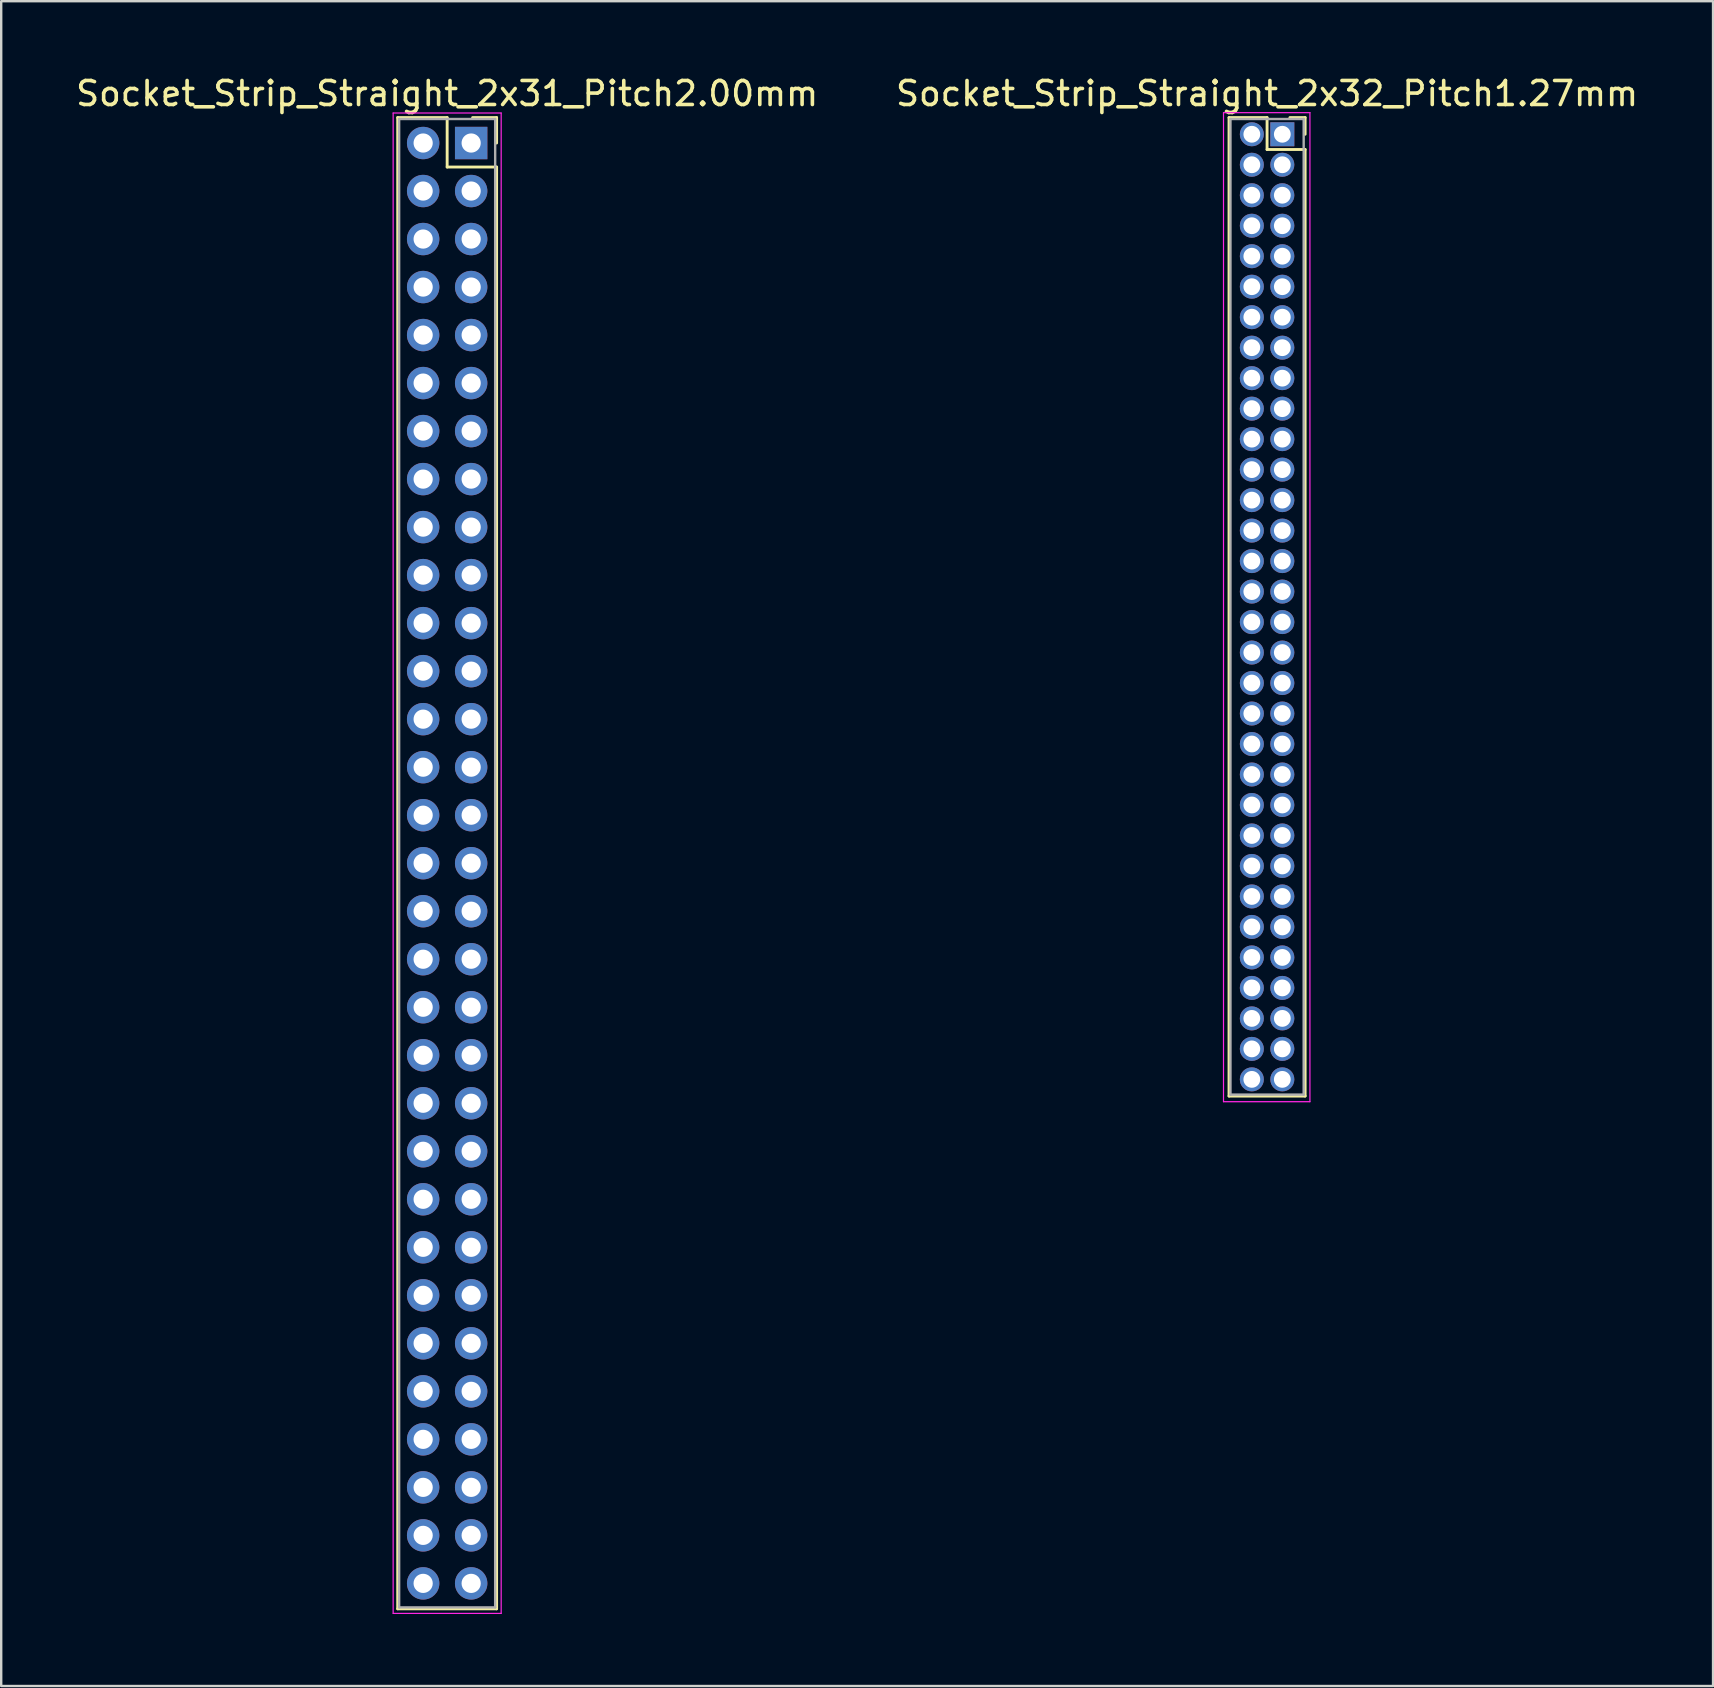
<source format=kicad_pcb>
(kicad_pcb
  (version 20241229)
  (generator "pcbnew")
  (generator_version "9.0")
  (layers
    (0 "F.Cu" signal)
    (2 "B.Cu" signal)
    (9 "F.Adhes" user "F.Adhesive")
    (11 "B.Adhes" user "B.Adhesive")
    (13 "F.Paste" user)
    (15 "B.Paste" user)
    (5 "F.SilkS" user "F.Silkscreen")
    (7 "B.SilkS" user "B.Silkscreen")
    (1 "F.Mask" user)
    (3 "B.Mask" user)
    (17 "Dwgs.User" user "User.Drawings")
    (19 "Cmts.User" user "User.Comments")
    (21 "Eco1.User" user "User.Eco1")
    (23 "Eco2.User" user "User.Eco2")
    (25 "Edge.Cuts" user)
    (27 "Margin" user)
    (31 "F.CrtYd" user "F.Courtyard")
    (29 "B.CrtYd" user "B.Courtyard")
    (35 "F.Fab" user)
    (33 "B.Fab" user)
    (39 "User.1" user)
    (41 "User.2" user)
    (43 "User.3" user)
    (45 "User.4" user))
  (footprint "Socket_Strip_Straight_2x32_Pitch1.27mm"
    (layer "F.Cu")
    (at 50.367 2.543)
    (property "Reference" "Socket_Strip_Straight_2x32_Pitch1.27mm" (at -0.635 -1.695 0) (layer "F.SilkS") (effects (font (size 1 1) (thickness 0.15))))
    (attr through_hole)
    (fp_line (start -2.22 -0.695) (end -0.635 -0.695) (stroke (width 0.12) (type solid)) (layer "F.SilkS"))
    (fp_line (start -2.22 40.065) (end -2.22 -0.695) (stroke (width 0.12) (type solid)) (layer "F.SilkS"))
    (fp_line (start -0.635 -0.695) (end -0.635 0.635) (stroke (width 0.12) (type solid)) (layer "F.SilkS"))
    (fp_line (start -0.635 0.635) (end 0.95 0.635) (stroke (width 0.12) (type solid)) (layer "F.SilkS"))
    (fp_line (start 0.95 -0.695) (end 0.315 -0.695) (stroke (width 0.12) (type solid)) (layer "F.SilkS"))
    (fp_line (start 0.95 0) (end 0.95 -0.695) (stroke (width 0.12) (type solid)) (layer "F.SilkS"))
    (fp_line (start 0.95 0.635) (end 0.95 40.065) (stroke (width 0.12) (type solid)) (layer "F.SilkS"))
    (fp_line (start 0.95 40.065) (end -2.22 40.065) (stroke (width 0.12) (type solid)) (layer "F.SilkS"))
    (fp_line (start -2.45 -0.9) (end -2.45 40.3) (stroke (width 0.05) (type solid)) (layer "F.CrtYd"))
    (fp_line (start -2.45 40.3) (end 1.15 40.3) (stroke (width 0.05) (type solid)) (layer "F.CrtYd"))
    (fp_line (start 1.15 -0.9) (end -2.45 -0.9) (stroke (width 0.05) (type solid)) (layer "F.CrtYd"))
    (fp_line (start 1.15 40.3) (end 1.15 -0.9) (stroke (width 0.05) (type solid)) (layer "F.CrtYd"))
    (fp_line (start -2.16 -0.635) (end -2.16 40.005) (stroke (width 0.1) (type solid)) (layer "F.Fab"))
    (fp_line (start -2.16 40.005) (end 0.89 40.005) (stroke (width 0.1) (type solid)) (layer "F.Fab"))
    (fp_line (start 0.89 -0.635) (end -2.16 -0.635) (stroke (width 0.1) (type solid)) (layer "F.Fab"))
    (fp_line (start 0.89 40.005) (end 0.89 -0.635) (stroke (width 0.1) (type solid)) (layer "F.Fab"))
    (pad "1" thru_hole rect (at 0 0) (size 1 1) (drill 0.7) (layers "*.Cu" "*.Mask"))
    (pad "2" thru_hole oval (at -1.27 0) (size 1 1) (drill 0.7) (layers "*.Cu" "*.Mask"))
    (pad "3" thru_hole oval (at 0 1.27) (size 1 1) (drill 0.7) (layers "*.Cu" "*.Mask"))
    (pad "4" thru_hole oval (at -1.27 1.27) (size 1 1) (drill 0.7) (layers "*.Cu" "*.Mask"))
    (pad "5" thru_hole oval (at 0 2.54) (size 1 1) (drill 0.7) (layers "*.Cu" "*.Mask"))
    (pad "6" thru_hole oval (at -1.27 2.54) (size 1 1) (drill 0.7) (layers "*.Cu" "*.Mask"))
    (pad "7" thru_hole oval (at 0 3.81) (size 1 1) (drill 0.7) (layers "*.Cu" "*.Mask"))
    (pad "8" thru_hole oval (at -1.27 3.81) (size 1 1) (drill 0.7) (layers "*.Cu" "*.Mask"))
    (pad "9" thru_hole oval (at 0 5.08) (size 1 1) (drill 0.7) (layers "*.Cu" "*.Mask"))
    (pad "10" thru_hole oval (at -1.27 5.08) (size 1 1) (drill 0.7) (layers "*.Cu" "*.Mask"))
    (pad "11" thru_hole oval (at 0 6.35) (size 1 1) (drill 0.7) (layers "*.Cu" "*.Mask"))
    (pad "12" thru_hole oval (at -1.27 6.35) (size 1 1) (drill 0.7) (layers "*.Cu" "*.Mask"))
    (pad "13" thru_hole oval (at 0 7.62) (size 1 1) (drill 0.7) (layers "*.Cu" "*.Mask"))
    (pad "14" thru_hole oval (at -1.27 7.62) (size 1 1) (drill 0.7) (layers "*.Cu" "*.Mask"))
    (pad "15" thru_hole oval (at 0 8.89) (size 1 1) (drill 0.7) (layers "*.Cu" "*.Mask"))
    (pad "16" thru_hole oval (at -1.27 8.89) (size 1 1) (drill 0.7) (layers "*.Cu" "*.Mask"))
    (pad "17" thru_hole oval (at 0 10.16) (size 1 1) (drill 0.7) (layers "*.Cu" "*.Mask"))
    (pad "18" thru_hole oval (at -1.27 10.16) (size 1 1) (drill 0.7) (layers "*.Cu" "*.Mask"))
    (pad "19" thru_hole oval (at 0 11.43) (size 1 1) (drill 0.7) (layers "*.Cu" "*.Mask"))
    (pad "20" thru_hole oval (at -1.27 11.43) (size 1 1) (drill 0.7) (layers "*.Cu" "*.Mask"))
    (pad "21" thru_hole oval (at 0 12.7) (size 1 1) (drill 0.7) (layers "*.Cu" "*.Mask"))
    (pad "22" thru_hole oval (at -1.27 12.7) (size 1 1) (drill 0.7) (layers "*.Cu" "*.Mask"))
    (pad "23" thru_hole oval (at 0 13.97) (size 1 1) (drill 0.7) (layers "*.Cu" "*.Mask"))
    (pad "24" thru_hole oval (at -1.27 13.97) (size 1 1) (drill 0.7) (layers "*.Cu" "*.Mask"))
    (pad "25" thru_hole oval (at 0 15.24) (size 1 1) (drill 0.7) (layers "*.Cu" "*.Mask"))
    (pad "26" thru_hole oval (at -1.27 15.24) (size 1 1) (drill 0.7) (layers "*.Cu" "*.Mask"))
    (pad "27" thru_hole oval (at 0 16.51) (size 1 1) (drill 0.7) (layers "*.Cu" "*.Mask"))
    (pad "28" thru_hole oval (at -1.27 16.51) (size 1 1) (drill 0.7) (layers "*.Cu" "*.Mask"))
    (pad "29" thru_hole oval (at 0 17.78) (size 1 1) (drill 0.7) (layers "*.Cu" "*.Mask"))
    (pad "30" thru_hole oval (at -1.27 17.78) (size 1 1) (drill 0.7) (layers "*.Cu" "*.Mask"))
    (pad "31" thru_hole oval (at 0 19.05) (size 1 1) (drill 0.7) (layers "*.Cu" "*.Mask"))
    (pad "32" thru_hole oval (at -1.27 19.05) (size 1 1) (drill 0.7) (layers "*.Cu" "*.Mask"))
    (pad "33" thru_hole oval (at 0 20.32) (size 1 1) (drill 0.7) (layers "*.Cu" "*.Mask"))
    (pad "34" thru_hole oval (at -1.27 20.32) (size 1 1) (drill 0.7) (layers "*.Cu" "*.Mask"))
    (pad "35" thru_hole oval (at 0 21.59) (size 1 1) (drill 0.7) (layers "*.Cu" "*.Mask"))
    (pad "36" thru_hole oval (at -1.27 21.59) (size 1 1) (drill 0.7) (layers "*.Cu" "*.Mask"))
    (pad "37" thru_hole oval (at 0 22.86) (size 1 1) (drill 0.7) (layers "*.Cu" "*.Mask"))
    (pad "38" thru_hole oval (at -1.27 22.86) (size 1 1) (drill 0.7) (layers "*.Cu" "*.Mask"))
    (pad "39" thru_hole oval (at 0 24.13) (size 1 1) (drill 0.7) (layers "*.Cu" "*.Mask"))
    (pad "40" thru_hole oval (at -1.27 24.13) (size 1 1) (drill 0.7) (layers "*.Cu" "*.Mask"))
    (pad "41" thru_hole oval (at 0 25.4) (size 1 1) (drill 0.7) (layers "*.Cu" "*.Mask"))
    (pad "42" thru_hole oval (at -1.27 25.4) (size 1 1) (drill 0.7) (layers "*.Cu" "*.Mask"))
    (pad "43" thru_hole oval (at 0 26.67) (size 1 1) (drill 0.7) (layers "*.Cu" "*.Mask"))
    (pad "44" thru_hole oval (at -1.27 26.67) (size 1 1) (drill 0.7) (layers "*.Cu" "*.Mask"))
    (pad "45" thru_hole oval (at 0 27.94) (size 1 1) (drill 0.7) (layers "*.Cu" "*.Mask"))
    (pad "46" thru_hole oval (at -1.27 27.94) (size 1 1) (drill 0.7) (layers "*.Cu" "*.Mask"))
    (pad "47" thru_hole oval (at 0 29.21) (size 1 1) (drill 0.7) (layers "*.Cu" "*.Mask"))
    (pad "48" thru_hole oval (at -1.27 29.21) (size 1 1) (drill 0.7) (layers "*.Cu" "*.Mask"))
    (pad "49" thru_hole oval (at 0 30.48) (size 1 1) (drill 0.7) (layers "*.Cu" "*.Mask"))
    (pad "50" thru_hole oval (at -1.27 30.48) (size 1 1) (drill 0.7) (layers "*.Cu" "*.Mask"))
    (pad "51" thru_hole oval (at 0 31.75) (size 1 1) (drill 0.7) (layers "*.Cu" "*.Mask"))
    (pad "52" thru_hole oval (at -1.27 31.75) (size 1 1) (drill 0.7) (layers "*.Cu" "*.Mask"))
    (pad "53" thru_hole oval (at 0 33.02) (size 1 1) (drill 0.7) (layers "*.Cu" "*.Mask"))
    (pad "54" thru_hole oval (at -1.27 33.02) (size 1 1) (drill 0.7) (layers "*.Cu" "*.Mask"))
    (pad "55" thru_hole oval (at 0 34.29) (size 1 1) (drill 0.7) (layers "*.Cu" "*.Mask"))
    (pad "56" thru_hole oval (at -1.27 34.29) (size 1 1) (drill 0.7) (layers "*.Cu" "*.Mask"))
    (pad "57" thru_hole oval (at 0 35.56) (size 1 1) (drill 0.7) (layers "*.Cu" "*.Mask"))
    (pad "58" thru_hole oval (at -1.27 35.56) (size 1 1) (drill 0.7) (layers "*.Cu" "*.Mask"))
    (pad "59" thru_hole oval (at 0 36.83) (size 1 1) (drill 0.7) (layers "*.Cu" "*.Mask"))
    (pad "60" thru_hole oval (at -1.27 36.83) (size 1 1) (drill 0.7) (layers "*.Cu" "*.Mask"))
    (pad "61" thru_hole oval (at 0 38.1) (size 1 1) (drill 0.7) (layers "*.Cu" "*.Mask"))
    (pad "62" thru_hole oval (at -1.27 38.1) (size 1 1) (drill 0.7) (layers "*.Cu" "*.Mask"))
    (pad "63" thru_hole oval (at 0 39.37) (size 1 1) (drill 0.7) (layers "*.Cu" "*.Mask"))
    (pad "64" thru_hole oval (at -1.27 39.37) (size 1 1) (drill 0.7) (layers "*.Cu" "*.Mask")))
  (footprint "Socket_Strip_Straight_2x31_Pitch2.00mm"
    (layer "F.Cu")
    (at 16.577 2.908)
    (property "Reference" "Socket_Strip_Straight_2x31_Pitch2.00mm" (at -1 -2.06 0) (layer "F.SilkS") (effects (font (size 1 1) (thickness 0.15))))
    (attr through_hole)
    (fp_line (start -3.06 -1.06) (end -1 -1.06) (stroke (width 0.12) (type solid)) (layer "F.SilkS"))
    (fp_line (start -3.06 61.06) (end -3.06 -1.06) (stroke (width 0.12) (type solid)) (layer "F.SilkS"))
    (fp_line (start -1 -1.06) (end -1 1) (stroke (width 0.12) (type solid)) (layer "F.SilkS"))
    (fp_line (start -1 1) (end 1.06 1) (stroke (width 0.12) (type solid)) (layer "F.SilkS"))
    (fp_line (start 1.06 -1.06) (end 0.06 -1.06) (stroke (width 0.12) (type solid)) (layer "F.SilkS"))
    (fp_line (start 1.06 0) (end 1.06 -1.06) (stroke (width 0.12) (type solid)) (layer "F.SilkS"))
    (fp_line (start 1.06 1) (end 1.06 61.06) (stroke (width 0.12) (type solid)) (layer "F.SilkS"))
    (fp_line (start 1.06 61.06) (end -3.06 61.06) (stroke (width 0.12) (type solid)) (layer "F.SilkS"))
    (fp_line (start -3.25 -1.25) (end -3.25 61.25) (stroke (width 0.05) (type solid)) (layer "F.CrtYd"))
    (fp_line (start -3.25 61.25) (end 1.25 61.25) (stroke (width 0.05) (type solid)) (layer "F.CrtYd"))
    (fp_line (start 1.25 -1.25) (end -3.25 -1.25) (stroke (width 0.05) (type solid)) (layer "F.CrtYd"))
    (fp_line (start 1.25 61.25) (end 1.25 -1.25) (stroke (width 0.05) (type solid)) (layer "F.CrtYd"))
    (fp_line (start -3 -1) (end -3 61) (stroke (width 0.1) (type solid)) (layer "F.Fab"))
    (fp_line (start -3 61) (end 1 61) (stroke (width 0.1) (type solid)) (layer "F.Fab"))
    (fp_line (start 1 -1) (end -3 -1) (stroke (width 0.1) (type solid)) (layer "F.Fab"))
    (fp_line (start 1 61) (end 1 -1) (stroke (width 0.1) (type solid)) (layer "F.Fab"))
    (pad "1" thru_hole rect (at 0 0) (size 1.35 1.35) (drill 0.8) (layers "*.Cu" "*.Mask"))
    (pad "2" thru_hole oval (at -2 0) (size 1.35 1.35) (drill 0.8) (layers "*.Cu" "*.Mask"))
    (pad "3" thru_hole oval (at 0 2) (size 1.35 1.35) (drill 0.8) (layers "*.Cu" "*.Mask"))
    (pad "4" thru_hole oval (at -2 2) (size 1.35 1.35) (drill 0.8) (layers "*.Cu" "*.Mask"))
    (pad "5" thru_hole oval (at 0 4) (size 1.35 1.35) (drill 0.8) (layers "*.Cu" "*.Mask"))
    (pad "6" thru_hole oval (at -2 4) (size 1.35 1.35) (drill 0.8) (layers "*.Cu" "*.Mask"))
    (pad "7" thru_hole oval (at 0 6) (size 1.35 1.35) (drill 0.8) (layers "*.Cu" "*.Mask"))
    (pad "8" thru_hole oval (at -2 6) (size 1.35 1.35) (drill 0.8) (layers "*.Cu" "*.Mask"))
    (pad "9" thru_hole oval (at 0 8) (size 1.35 1.35) (drill 0.8) (layers "*.Cu" "*.Mask"))
    (pad "10" thru_hole oval (at -2 8) (size 1.35 1.35) (drill 0.8) (layers "*.Cu" "*.Mask"))
    (pad "11" thru_hole oval (at 0 10) (size 1.35 1.35) (drill 0.8) (layers "*.Cu" "*.Mask"))
    (pad "12" thru_hole oval (at -2 10) (size 1.35 1.35) (drill 0.8) (layers "*.Cu" "*.Mask"))
    (pad "13" thru_hole oval (at 0 12) (size 1.35 1.35) (drill 0.8) (layers "*.Cu" "*.Mask"))
    (pad "14" thru_hole oval (at -2 12) (size 1.35 1.35) (drill 0.8) (layers "*.Cu" "*.Mask"))
    (pad "15" thru_hole oval (at 0 14) (size 1.35 1.35) (drill 0.8) (layers "*.Cu" "*.Mask"))
    (pad "16" thru_hole oval (at -2 14) (size 1.35 1.35) (drill 0.8) (layers "*.Cu" "*.Mask"))
    (pad "17" thru_hole oval (at 0 16) (size 1.35 1.35) (drill 0.8) (layers "*.Cu" "*.Mask"))
    (pad "18" thru_hole oval (at -2 16) (size 1.35 1.35) (drill 0.8) (layers "*.Cu" "*.Mask"))
    (pad "19" thru_hole oval (at 0 18) (size 1.35 1.35) (drill 0.8) (layers "*.Cu" "*.Mask"))
    (pad "20" thru_hole oval (at -2 18) (size 1.35 1.35) (drill 0.8) (layers "*.Cu" "*.Mask"))
    (pad "21" thru_hole oval (at 0 20) (size 1.35 1.35) (drill 0.8) (layers "*.Cu" "*.Mask"))
    (pad "22" thru_hole oval (at -2 20) (size 1.35 1.35) (drill 0.8) (layers "*.Cu" "*.Mask"))
    (pad "23" thru_hole oval (at 0 22) (size 1.35 1.35) (drill 0.8) (layers "*.Cu" "*.Mask"))
    (pad "24" thru_hole oval (at -2 22) (size 1.35 1.35) (drill 0.8) (layers "*.Cu" "*.Mask"))
    (pad "25" thru_hole oval (at 0 24) (size 1.35 1.35) (drill 0.8) (layers "*.Cu" "*.Mask"))
    (pad "26" thru_hole oval (at -2 24) (size 1.35 1.35) (drill 0.8) (layers "*.Cu" "*.Mask"))
    (pad "27" thru_hole oval (at 0 26) (size 1.35 1.35) (drill 0.8) (layers "*.Cu" "*.Mask"))
    (pad "28" thru_hole oval (at -2 26) (size 1.35 1.35) (drill 0.8) (layers "*.Cu" "*.Mask"))
    (pad "29" thru_hole oval (at 0 28) (size 1.35 1.35) (drill 0.8) (layers "*.Cu" "*.Mask"))
    (pad "30" thru_hole oval (at -2 28) (size 1.35 1.35) (drill 0.8) (layers "*.Cu" "*.Mask"))
    (pad "31" thru_hole oval (at 0 30) (size 1.35 1.35) (drill 0.8) (layers "*.Cu" "*.Mask"))
    (pad "32" thru_hole oval (at -2 30) (size 1.35 1.35) (drill 0.8) (layers "*.Cu" "*.Mask"))
    (pad "33" thru_hole oval (at 0 32) (size 1.35 1.35) (drill 0.8) (layers "*.Cu" "*.Mask"))
    (pad "34" thru_hole oval (at -2 32) (size 1.35 1.35) (drill 0.8) (layers "*.Cu" "*.Mask"))
    (pad "35" thru_hole oval (at 0 34) (size 1.35 1.35) (drill 0.8) (layers "*.Cu" "*.Mask"))
    (pad "36" thru_hole oval (at -2 34) (size 1.35 1.35) (drill 0.8) (layers "*.Cu" "*.Mask"))
    (pad "37" thru_hole oval (at 0 36) (size 1.35 1.35) (drill 0.8) (layers "*.Cu" "*.Mask"))
    (pad "38" thru_hole oval (at -2 36) (size 1.35 1.35) (drill 0.8) (layers "*.Cu" "*.Mask"))
    (pad "39" thru_hole oval (at 0 38) (size 1.35 1.35) (drill 0.8) (layers "*.Cu" "*.Mask"))
    (pad "40" thru_hole oval (at -2 38) (size 1.35 1.35) (drill 0.8) (layers "*.Cu" "*.Mask"))
    (pad "41" thru_hole oval (at 0 40) (size 1.35 1.35) (drill 0.8) (layers "*.Cu" "*.Mask"))
    (pad "42" thru_hole oval (at -2 40) (size 1.35 1.35) (drill 0.8) (layers "*.Cu" "*.Mask"))
    (pad "43" thru_hole oval (at 0 42) (size 1.35 1.35) (drill 0.8) (layers "*.Cu" "*.Mask"))
    (pad "44" thru_hole oval (at -2 42) (size 1.35 1.35) (drill 0.8) (layers "*.Cu" "*.Mask"))
    (pad "45" thru_hole oval (at 0 44) (size 1.35 1.35) (drill 0.8) (layers "*.Cu" "*.Mask"))
    (pad "46" thru_hole oval (at -2 44) (size 1.35 1.35) (drill 0.8) (layers "*.Cu" "*.Mask"))
    (pad "47" thru_hole oval (at 0 46) (size 1.35 1.35) (drill 0.8) (layers "*.Cu" "*.Mask"))
    (pad "48" thru_hole oval (at -2 46) (size 1.35 1.35) (drill 0.8) (layers "*.Cu" "*.Mask"))
    (pad "49" thru_hole oval (at 0 48) (size 1.35 1.35) (drill 0.8) (layers "*.Cu" "*.Mask"))
    (pad "50" thru_hole oval (at -2 48) (size 1.35 1.35) (drill 0.8) (layers "*.Cu" "*.Mask"))
    (pad "51" thru_hole oval (at 0 50) (size 1.35 1.35) (drill 0.8) (layers "*.Cu" "*.Mask"))
    (pad "52" thru_hole oval (at -2 50) (size 1.35 1.35) (drill 0.8) (layers "*.Cu" "*.Mask"))
    (pad "53" thru_hole oval (at 0 52) (size 1.35 1.35) (drill 0.8) (layers "*.Cu" "*.Mask"))
    (pad "54" thru_hole oval (at -2 52) (size 1.35 1.35) (drill 0.8) (layers "*.Cu" "*.Mask"))
    (pad "55" thru_hole oval (at 0 54) (size 1.35 1.35) (drill 0.8) (layers "*.Cu" "*.Mask"))
    (pad "56" thru_hole oval (at -2 54) (size 1.35 1.35) (drill 0.8) (layers "*.Cu" "*.Mask"))
    (pad "57" thru_hole oval (at 0 56) (size 1.35 1.35) (drill 0.8) (layers "*.Cu" "*.Mask"))
    (pad "58" thru_hole oval (at -2 56) (size 1.35 1.35) (drill 0.8) (layers "*.Cu" "*.Mask"))
    (pad "59" thru_hole oval (at 0 58) (size 1.35 1.35) (drill 0.8) (layers "*.Cu" "*.Mask"))
    (pad "60" thru_hole oval (at -2 58) (size 1.35 1.35) (drill 0.8) (layers "*.Cu" "*.Mask"))
    (pad "61" thru_hole oval (at 0 60) (size 1.35 1.35) (drill 0.8) (layers "*.Cu" "*.Mask"))
    (pad "62" thru_hole oval (at -2 60) (size 1.35 1.35) (drill 0.8) (layers "*.Cu" "*.Mask")))
  (gr_rect
    (start -3 -3)
    (end 68.31 67.183)
    (stroke (width 0.1) (type default))
    (fill no)
    (layer "Edge.Cuts")))
</source>
